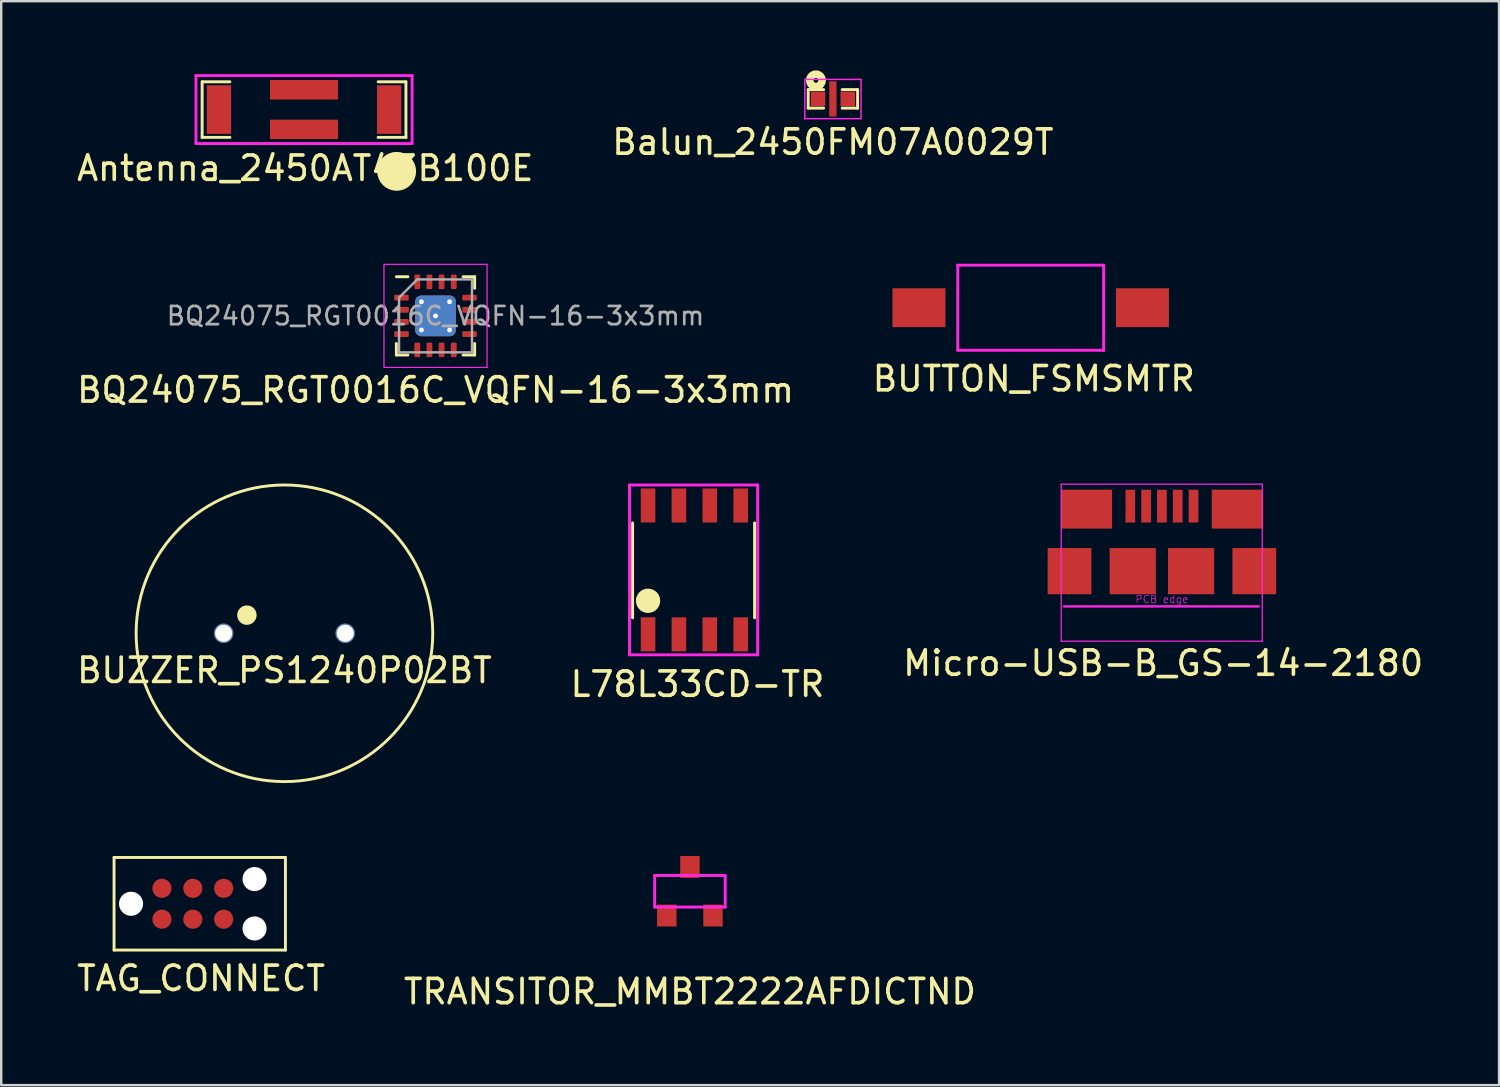
<source format=kicad_pcb>
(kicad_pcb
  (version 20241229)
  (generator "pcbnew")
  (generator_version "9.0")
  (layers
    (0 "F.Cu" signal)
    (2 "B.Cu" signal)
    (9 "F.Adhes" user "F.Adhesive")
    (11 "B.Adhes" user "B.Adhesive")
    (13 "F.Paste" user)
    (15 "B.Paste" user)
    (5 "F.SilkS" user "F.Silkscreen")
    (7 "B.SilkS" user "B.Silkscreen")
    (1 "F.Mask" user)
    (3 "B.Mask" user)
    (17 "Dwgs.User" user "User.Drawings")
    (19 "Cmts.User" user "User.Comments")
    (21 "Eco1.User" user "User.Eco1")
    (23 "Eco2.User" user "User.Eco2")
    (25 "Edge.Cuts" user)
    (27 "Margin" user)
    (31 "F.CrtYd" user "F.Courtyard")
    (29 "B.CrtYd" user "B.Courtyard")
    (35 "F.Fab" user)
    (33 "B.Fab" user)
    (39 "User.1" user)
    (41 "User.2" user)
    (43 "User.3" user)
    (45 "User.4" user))
  (footprint "TAG_CONNECT"
    (layer "F.Cu")
    (at 4.88 34.123)
    (property "Reference" "TAG_CONNECT" (at 0.34 3.068 0) (layer "F.SilkS") (effects (font (size 1 1) (thickness 0.15))))
    (attr through_hole)
    (fp_line (start -3.239 -1.905) (end 3.81 -1.905) (stroke (width 0.12) (type solid)) (layer "F.SilkS"))
    (fp_line (start -3.239 1.905) (end -3.239 -1.905) (stroke (width 0.12) (type solid)) (layer "F.SilkS"))
    (fp_line (start 3.81 -1.905) (end 3.81 1.905) (stroke (width 0.12) (type solid)) (layer "F.SilkS"))
    (fp_line (start 3.81 1.905) (end -3.239 1.905) (stroke (width 0.12) (type solid)) (layer "F.SilkS"))
    (pad "" np_thru_hole circle (at -2.54 0) (size 0.991 0.991) (drill 0.991) (layers "*.Cu" "*.Mask"))
    (pad "" np_thru_hole circle (at 2.54 -1.016) (size 0.991 0.991) (drill 0.991) (layers "*.Cu" "*.Mask"))
    (pad "" np_thru_hole circle (at 2.54 1.016) (size 0.991 0.991) (drill 0.991) (layers "*.Cu" "*.Mask"))
    (pad "1" smd circle (at -1.27 0.635) (size 0.787 0.787) (layers "F.Cu" "F.Mask" "F.Paste"))
    (pad "2" smd circle (at -1.27 -0.635) (size 0.787 0.787) (layers "F.Cu" "F.Mask" "F.Paste"))
    (pad "3" smd circle (at 0 0.635) (size 0.787 0.787) (layers "F.Cu" "F.Mask" "F.Paste"))
    (pad "4" smd circle (at 0 -0.635) (size 0.787 0.787) (layers "F.Cu" "F.Mask" "F.Paste"))
    (pad "5" smd circle (at 1.27 0.635) (size 0.787 0.787) (layers "F.Cu" "F.Mask" "F.Paste"))
    (pad "6" smd circle (at 1.27 -0.635) (size 0.787 0.787) (layers "F.Cu" "F.Mask" "F.Paste")))
  (footprint "BUTTON_FSMSMTR"
    (layer "F.Cu")
    (at 39.343 9.607)
    (property "Reference" "BUTTON_FSMSMTR" (at 0.127 2.921 0) (layer "F.SilkS") (effects (font (size 1 1) (thickness 0.15))))
    (attr through_hole)
    (fp_line (start -3 -1.75) (end 3 -1.75) (stroke (width 0.12) (type solid)) (layer "F.CrtYd"))
    (fp_line (start -3 1.75) (end -3 -1.75) (stroke (width 0.12) (type solid)) (layer "F.CrtYd"))
    (fp_line (start 3 1.75) (end -3 1.75) (stroke (width 0.12) (type solid)) (layer "F.CrtYd"))
    (fp_line (start 3 1.75) (end 3 -1.75) (stroke (width 0.12) (type solid)) (layer "F.CrtYd"))
    (pad "1" smd rect (at -4.595 0) (size 2.18 1.6) (layers "F.Cu" "F.Mask" "F.Paste"))
    (pad "2" smd rect (at 4.595 0) (size 2.18 1.6) (layers "F.Cu" "F.Mask" "F.Paste")))
  (footprint "Antenna_2450AT43B100E"
    (layer "F.Cu")
    (at 9.455 1.457)
    (property "Reference" "Antenna_2450AT43B100E" (at 0.051 2.413 0) (layer "F.SilkS") (effects (font (size 1 1) (thickness 0.15))))
    (attr through_hole)
    (fp_line (start -4.191 -1.143) (end -4.191 1.143) (stroke (width 0.12) (type solid)) (layer "F.SilkS"))
    (fp_line (start -4.191 1.143) (end -3.048 1.143) (stroke (width 0.12) (type solid)) (layer "F.SilkS"))
    (fp_line (start -3.048 -1.143) (end -4.191 -1.143) (stroke (width 0.12) (type solid)) (layer "F.SilkS"))
    (fp_line (start 3.048 -1.143) (end 4.191 -1.143) (stroke (width 0.12) (type solid)) (layer "F.SilkS"))
    (fp_line (start 4.191 -1.143) (end 4.191 1.143) (stroke (width 0.12) (type solid)) (layer "F.SilkS"))
    (fp_line (start 4.191 1.143) (end 3.048 1.143) (stroke (width 0.12) (type solid)) (layer "F.SilkS"))
    (fp_circle (center 3.81 2.54) (end 4.21 2.54) (stroke (width 0.8) (type solid)) (fill no) (layer "F.SilkS"))
    (fp_line (start -4.445 -1.397) (end 4.445 -1.397) (stroke (width 0.12) (type solid)) (layer "F.CrtYd"))
    (fp_line (start -4.445 1.397) (end -4.445 -1.397) (stroke (width 0.12) (type solid)) (layer "F.CrtYd"))
    (fp_line (start 4.445 -1.397) (end 4.445 1.397) (stroke (width 0.12) (type solid)) (layer "F.CrtYd"))
    (fp_line (start 4.445 1.397) (end -4.445 1.397) (stroke (width 0.12) (type solid)) (layer "F.CrtYd"))
    (pad "1" smd rect (at 3.5 0) (size 1 2) (layers "F.Cu" "F.Mask" "F.Paste"))
    (pad "2" smd rect (at -3.5 0) (size 1 2) (layers "F.Cu" "F.Mask" "F.Paste"))
    (pad "3" smd rect (at 0 -0.815) (size 2.8 0.8) (layers "F.Cu" "F.Mask" "F.Paste"))
    (pad "4" smd rect (at 0 0.815) (size 2.8 0.8) (layers "F.Cu" "F.Mask" "F.Paste")))
  (footprint "L78L33CD-TR"
    (layer "F.Cu")
    (at 25.51 20.391)
    (property "Reference" "L78L33CD-TR" (at 0.127 4.699 0) (layer "F.SilkS") (effects (font (size 1 1) (thickness 0.15))))
    (attr through_hole)
    (fp_line (start -2.54 1.968) (end -2.54 -1.931) (stroke (width 0.12) (type solid)) (layer "F.SilkS"))
    (fp_line (start 2.477 1.968) (end 2.477 -1.931) (stroke (width 0.12) (type solid)) (layer "F.SilkS"))
    (fp_circle (center -1.905 1.27) (end -1.655 1.27) (stroke (width 0.5) (type solid)) (fill no) (layer "F.SilkS"))
    (fp_line (start -2.667 -3.493) (end 2.603 -3.493) (stroke (width 0.12) (type solid)) (layer "F.CrtYd"))
    (fp_line (start -2.667 3.493) (end -2.667 -3.493) (stroke (width 0.12) (type solid)) (layer "F.CrtYd"))
    (fp_line (start 2.603 -3.493) (end 2.603 3.493) (stroke (width 0.12) (type solid)) (layer "F.CrtYd"))
    (fp_line (start 2.603 3.493) (end -2.667 3.493) (stroke (width 0.12) (type solid)) (layer "F.CrtYd"))
    (pad "1" smd rect (at -1.905 2.65) (size 0.6 1.4) (layers "F.Cu" "F.Mask" "F.Paste"))
    (pad "2" smd rect (at -0.635 2.65) (size 0.6 1.4) (layers "F.Cu" "F.Mask" "F.Paste"))
    (pad "3" smd rect (at 0.635 2.65) (size 0.6 1.4) (layers "F.Cu" "F.Mask" "F.Paste"))
    (pad "4" smd rect (at 1.905 2.65) (size 0.6 1.4) (layers "F.Cu" "F.Mask" "F.Paste"))
    (pad "5" smd rect (at 1.905 -2.65) (size 0.6 1.4) (layers "F.Cu" "F.Mask" "F.Paste"))
    (pad "6" smd rect (at 0.635 -2.65) (size 0.6 1.4) (layers "F.Cu" "F.Mask" "F.Paste"))
    (pad "7" smd rect (at -0.635 -2.65) (size 0.6 1.4) (layers "F.Cu" "F.Mask" "F.Paste"))
    (pad "8" smd rect (at -1.905 -2.65) (size 0.6 1.4) (layers "F.Cu" "F.Mask" "F.Paste")))
  (footprint "BQ24075_RGT0016C_VQFN-16-3x3mm"
    (layer "F.Cu")
    (at 14.863 9.942)
    (property "Reference" "BQ24075_RGT0016C_VQFN-16-3x3mm" (at 0 3.048 0) (layer "F.SilkS") (effects (font (size 1 1) (thickness 0.15))))
    (attr through_hole)
    (fp_line (start -1.61 1.61) (end -1.61 1.135) (stroke (width 0.12) (type solid)) (layer "F.SilkS"))
    (fp_line (start -1.135 -1.61) (end -1.61 -1.61) (stroke (width 0.12) (type solid)) (layer "F.SilkS"))
    (fp_line (start -1.135 1.61) (end -1.61 1.61) (stroke (width 0.12) (type solid)) (layer "F.SilkS"))
    (fp_line (start 1.135 -1.61) (end 1.61 -1.61) (stroke (width 0.12) (type solid)) (layer "F.SilkS"))
    (fp_line (start 1.135 1.61) (end 1.61 1.61) (stroke (width 0.12) (type solid)) (layer "F.SilkS"))
    (fp_line (start 1.61 -1.61) (end 1.61 -1.135) (stroke (width 0.12) (type solid)) (layer "F.SilkS"))
    (fp_line (start 1.61 1.61) (end 1.61 1.135) (stroke (width 0.12) (type solid)) (layer "F.SilkS"))
    (fp_line (start -2.12 -2.12) (end -2.12 2.12) (stroke (width 0.05) (type solid)) (layer "F.CrtYd"))
    (fp_line (start -2.12 2.12) (end 2.12 2.12) (stroke (width 0.05) (type solid)) (layer "F.CrtYd"))
    (fp_line (start 2.12 -2.12) (end -2.12 -2.12) (stroke (width 0.05) (type solid)) (layer "F.CrtYd"))
    (fp_line (start 2.12 2.12) (end 2.12 -2.12) (stroke (width 0.05) (type solid)) (layer "F.CrtYd"))
    (fp_line (start -1.5 -0.75) (end -0.75 -1.5) (stroke (width 0.1) (type solid)) (layer "F.Fab"))
    (fp_line (start -1.5 1.5) (end -1.5 -0.75) (stroke (width 0.1) (type solid)) (layer "F.Fab"))
    (fp_line (start -0.75 -1.5) (end 1.5 -1.5) (stroke (width 0.1) (type solid)) (layer "F.Fab"))
    (fp_line (start 1.5 -1.5) (end 1.5 1.5) (stroke (width 0.1) (type solid)) (layer "F.Fab"))
    (fp_line (start 1.5 1.5) (end -1.5 1.5) (stroke (width 0.1) (type solid)) (layer "F.Fab"))
    (fp_text user "${REFERENCE}" (at 0 0 0) (layer "F.Fab") (effects (font (size 0.75 0.75) (thickness 0.11))))
    (pad "" smd roundrect (at -0.42 -0.42) (size 0.73 0.73) (layers "F.Paste") (roundrect_rratio 0.25))
    (pad "" smd roundrect (at -0.42 0.42) (size 0.73 0.73) (layers "F.Paste") (roundrect_rratio 0.25))
    (pad "" smd roundrect (at 0.42 -0.42) (size 0.73 0.73) (layers "F.Paste") (roundrect_rratio 0.25))
    (pad "" smd roundrect (at 0.42 0.42) (size 0.73 0.73) (layers "F.Paste") (roundrect_rratio 0.25))
    (pad "1" smd roundrect (at -1.4 -0.75) (size 0.6 0.24) (layers "F.Cu" "F.Mask" "F.Paste") (roundrect_rratio 0.208))
    (pad "2" smd roundrect (at -1.4 -0.25) (size 0.6 0.24) (layers "F.Cu" "F.Mask" "F.Paste") (roundrect_rratio 0.208))
    (pad "3" smd roundrect (at -1.4 0.25) (size 0.6 0.24) (layers "F.Cu" "F.Mask" "F.Paste") (roundrect_rratio 0.208))
    (pad "4" smd roundrect (at -1.4 0.75) (size 0.6 0.24) (layers "F.Cu" "F.Mask" "F.Paste") (roundrect_rratio 0.208))
    (pad "5" smd roundrect (at -0.75 1.4) (size 0.24 0.6) (layers "F.Cu" "F.Mask" "F.Paste") (roundrect_rratio 0.208))
    (pad "6" smd roundrect (at -0.25 1.4) (size 0.24 0.6) (layers "F.Cu" "F.Mask" "F.Paste") (roundrect_rratio 0.208))
    (pad "7" smd roundrect (at 0.25 1.4) (size 0.24 0.6) (layers "F.Cu" "F.Mask" "F.Paste") (roundrect_rratio 0.208))
    (pad "8" smd roundrect (at 0.75 1.4) (size 0.24 0.6) (layers "F.Cu" "F.Mask" "F.Paste") (roundrect_rratio 0.208))
    (pad "9" smd roundrect (at 1.4 0.75) (size 0.6 0.24) (layers "F.Cu" "F.Mask" "F.Paste") (roundrect_rratio 0.208))
    (pad "10" smd roundrect (at 1.4 0.25) (size 0.6 0.24) (layers "F.Cu" "F.Mask" "F.Paste") (roundrect_rratio 0.208))
    (pad "11" smd roundrect (at 1.4 -0.25) (size 0.6 0.24) (layers "F.Cu" "F.Mask" "F.Paste") (roundrect_rratio 0.208))
    (pad "12" smd roundrect (at 1.4 -0.75) (size 0.6 0.24) (layers "F.Cu" "F.Mask" "F.Paste") (roundrect_rratio 0.208))
    (pad "13" smd roundrect (at 0.75 -1.4) (size 0.24 0.6) (layers "F.Cu" "F.Mask" "F.Paste") (roundrect_rratio 0.208))
    (pad "14" smd roundrect (at 0.25 -1.4) (size 0.24 0.6) (layers "F.Cu" "F.Mask" "F.Paste") (roundrect_rratio 0.208))
    (pad "15" smd roundrect (at -0.25 -1.4) (size 0.24 0.6) (layers "F.Cu" "F.Mask" "F.Paste") (roundrect_rratio 0.208))
    (pad "16" smd roundrect (at -0.75 -1.4) (size 0.24 0.6) (layers "F.Cu" "F.Mask" "F.Paste") (roundrect_rratio 0.208))
    (pad "17" thru_hole circle (at -0.58 -0.58) (size 0.3 0.3) (drill 0.2) (layers "*.Cu"))
    (pad "17" thru_hole circle (at -0.58 0.58) (size 0.3 0.3) (drill 0.2) (layers "*.Cu"))
    (pad "17" thru_hole circle (at 0 0) (size 0.3 0.3) (drill 0.2) (layers "*.Cu"))
    (pad "17" smd roundrect (at 0 0) (size 1.68 1.68) (layers "F.Cu" "F.Mask") (roundrect_rratio 0.149))
    (pad "17" smd roundrect (at 0 0) (size 1.68 1.68) (layers "B.Cu") (roundrect_rratio 0.149))
    (pad "17" thru_hole circle (at 0.58 -0.58) (size 0.3 0.3) (drill 0.2) (layers "*.Cu"))
    (pad "17" thru_hole circle (at 0.58 0.58) (size 0.3 0.3) (drill 0.2) (layers "*.Cu")))
  (footprint "Micro-USB-B_GS-14-2180"
    (layer "F.Cu")
    (at 44.741 20.442)
    (property "Reference" "Micro-USB-B_GS-14-2180" (at 0.051 3.785 0) (layer "F.SilkS") (effects (font (size 1 1) (thickness 0.15))))
    (attr through_hole)
    (fp_line (start -4.143 -3.579) (end -4.143 2.881) (stroke (width 0.05) (type solid)) (layer "F.CrtYd"))
    (fp_line (start -4.143 -3.579) (end 4.127 -3.579) (stroke (width 0.05) (type solid)) (layer "F.CrtYd"))
    (fp_line (start -4.025 1.45) (end 3.975 1.45) (stroke (width 0.1) (type solid)) (layer "F.CrtYd"))
    (fp_line (start 4.127 2.881) (end -4.143 2.881) (stroke (width 0.05) (type solid)) (layer "F.CrtYd"))
    (fp_line (start 4.127 2.881) (end 4.127 -3.579) (stroke (width 0.05) (type solid)) (layer "F.CrtYd"))
    (fp_text user "PCB edge" (at 0 1.156 0) (layer "F.CrtYd") (effects (font (size 0.3 0.3) (thickness 0.025))))
    (pad "1" smd rect (at -1.3 -2.675 90) (size 1.35 0.4) (layers "F.Cu" "F.Mask" "F.Paste"))
    (pad "2" smd rect (at -0.65 -2.675 90) (size 1.35 0.4) (layers "F.Cu" "F.Mask" "F.Paste"))
    (pad "3" smd rect (at 0 -2.675 90) (size 1.35 0.4) (layers "F.Cu" "F.Mask" "F.Paste"))
    (pad "4" smd rect (at 0.65 -2.675 90) (size 1.35 0.4) (layers "F.Cu" "F.Mask" "F.Paste"))
    (pad "5" smd rect (at 1.3 -2.675 90) (size 1.35 0.4) (layers "F.Cu" "F.Mask" "F.Paste"))
    (pad "6" smd rect (at -3.8 0) (size 1.8 1.9) (layers "F.Cu" "F.Mask" "F.Paste"))
    (pad "6" smd rect (at -3.1 -2.55) (size 2.1 1.6) (layers "F.Cu" "F.Mask" "F.Paste"))
    (pad "6" smd rect (at -1.2 0 90) (size 1.9 1.9) (layers "F.Cu" "F.Mask" "F.Paste"))
    (pad "6" smd rect (at 1.2 0 90) (size 1.9 1.9) (layers "F.Cu" "F.Mask" "F.Paste"))
    (pad "6" smd rect (at 3.1 -2.55) (size 2.1 1.6) (layers "F.Cu" "F.Mask" "F.Paste"))
    (pad "6" smd rect (at 3.8 0) (size 1.8 1.9) (layers "F.Cu" "F.Mask" "F.Paste")))
  (footprint "BUZZER_PS1240P02BT"
    (layer "F.Cu")
    (at 8.649 22.998)
    (property "Reference" "BUZZER_PS1240P02BT" (at 0 1.524 0) (layer "F.SilkS") (effects (font (size 1 1) (thickness 0.15))))
    (attr through_hole)
    (fp_circle (center -1.544 -0.747) (end -1.344 -0.747) (stroke (width 0.4) (type solid)) (fill no) (layer "F.SilkS"))
    (fp_circle (center 0 0) (end 6.1 0) (stroke (width 0.12) (type solid)) (fill no) (layer "F.SilkS"))
    (pad "1" thru_hole circle (at -2.5 0) (size 0.8 0.8) (drill 0.7) (layers "*.Cu" "*.Mask"))
    (pad "2" thru_hole circle (at 2.5 0) (size 0.8 0.8) (drill 0.7) (layers "*.Cu" "*.Mask")))
  (footprint "Balun_2450FM07A0029T"
    (layer "F.Cu")
    (at 31.208 1.017)
    (property "Reference" "Balun_2450FM07A0029T" (at 0 1.778 0) (layer "F.SilkS") (effects (font (size 1 1) (thickness 0.15))))
    (attr through_hole)
    (fp_line (start -1.016 -0.381) (end -1.016 0.381) (stroke (width 0.12) (type solid)) (layer "F.SilkS"))
    (fp_line (start -1.016 0.381) (end -0.381 0.381) (stroke (width 0.12) (type solid)) (layer "F.SilkS"))
    (fp_line (start -0.381 -0.381) (end -1.016 -0.381) (stroke (width 0.12) (type solid)) (layer "F.SilkS"))
    (fp_line (start 0.381 0.381) (end 1.016 0.381) (stroke (width 0.12) (type solid)) (layer "F.SilkS"))
    (fp_line (start 1.016 -0.381) (end 0.381 -0.381) (stroke (width 0.12) (type solid)) (layer "F.SilkS"))
    (fp_line (start 1.016 0.381) (end 1.016 -0.381) (stroke (width 0.12) (type solid)) (layer "F.SilkS"))
    (fp_circle (center -0.699 -0.762) (end -0.599 -0.762) (stroke (width 0.31) (type solid)) (fill no) (layer "F.SilkS"))
    (fp_line (start -1.156 -0.8) (end 1.156 -0.8) (stroke (width 0.06) (type solid)) (layer "F.CrtYd"))
    (fp_line (start -1.156 0.813) (end -1.156 -0.8) (stroke (width 0.06) (type solid)) (layer "F.CrtYd"))
    (fp_line (start 1.156 -0.8) (end 1.156 0.813) (stroke (width 0.06) (type solid)) (layer "F.CrtYd"))
    (fp_line (start 1.156 0.813) (end -1.156 0.813) (stroke (width 0.06) (type solid)) (layer "F.CrtYd"))
    (pad "1" smd rect (at -0.613 0) (size 0.6 0.6) (layers "F.Cu" "F.Mask" "F.Paste"))
    (pad "2" smd rect (at 0 0.362) (size 0.3 0.725) (layers "F.Cu" "F.Mask" "F.Paste"))
    (pad "3" smd rect (at 0.613 0) (size 0.6 0.6) (layers "F.Cu" "F.Mask" "F.Paste"))
    (pad "4" smd rect (at 0 -0.362) (size 0.3 0.725) (layers "F.Cu" "F.Mask" "F.Paste")))
  (footprint "TRANSITOR_MMBT2222AFDICTND"
    (layer "F.Cu")
    (at 25.327 33.608)
    (property "Reference" "TRANSITOR_MMBT2222AFDICTND" (at 0 4.128 0) (layer "F.SilkS") (effects (font (size 1 1) (thickness 0.15))))
    (attr through_hole)
    (fp_line (start -1.45 -0.65) (end 1.45 -0.65) (stroke (width 0.12) (type solid)) (layer "F.CrtYd"))
    (fp_line (start -1.45 0.65) (end -1.45 -0.65) (stroke (width 0.12) (type solid)) (layer "F.CrtYd"))
    (fp_line (start 1.45 0.65) (end -1.45 0.65) (stroke (width 0.12) (type solid)) (layer "F.CrtYd"))
    (fp_line (start 1.45 0.65) (end 1.45 -0.65) (stroke (width 0.12) (type solid)) (layer "F.CrtYd"))
    (pad "1" smd rect (at -0.95 1) (size 0.8 0.9) (layers "F.Cu" "F.Mask" "F.Paste"))
    (pad "2" smd rect (at 0 -1) (size 0.8 0.9) (layers "F.Cu" "F.Mask" "F.Paste"))
    (pad "3" smd rect (at 0.95 1) (size 0.8 0.9) (layers "F.Cu" "F.Mask" "F.Paste")))
  (gr_rect
    (start -3 -3)
    (end 58.607 41.584)
    (stroke (width 0.1) (type default))
    (fill no)
    (layer "Edge.Cuts")))
</source>
